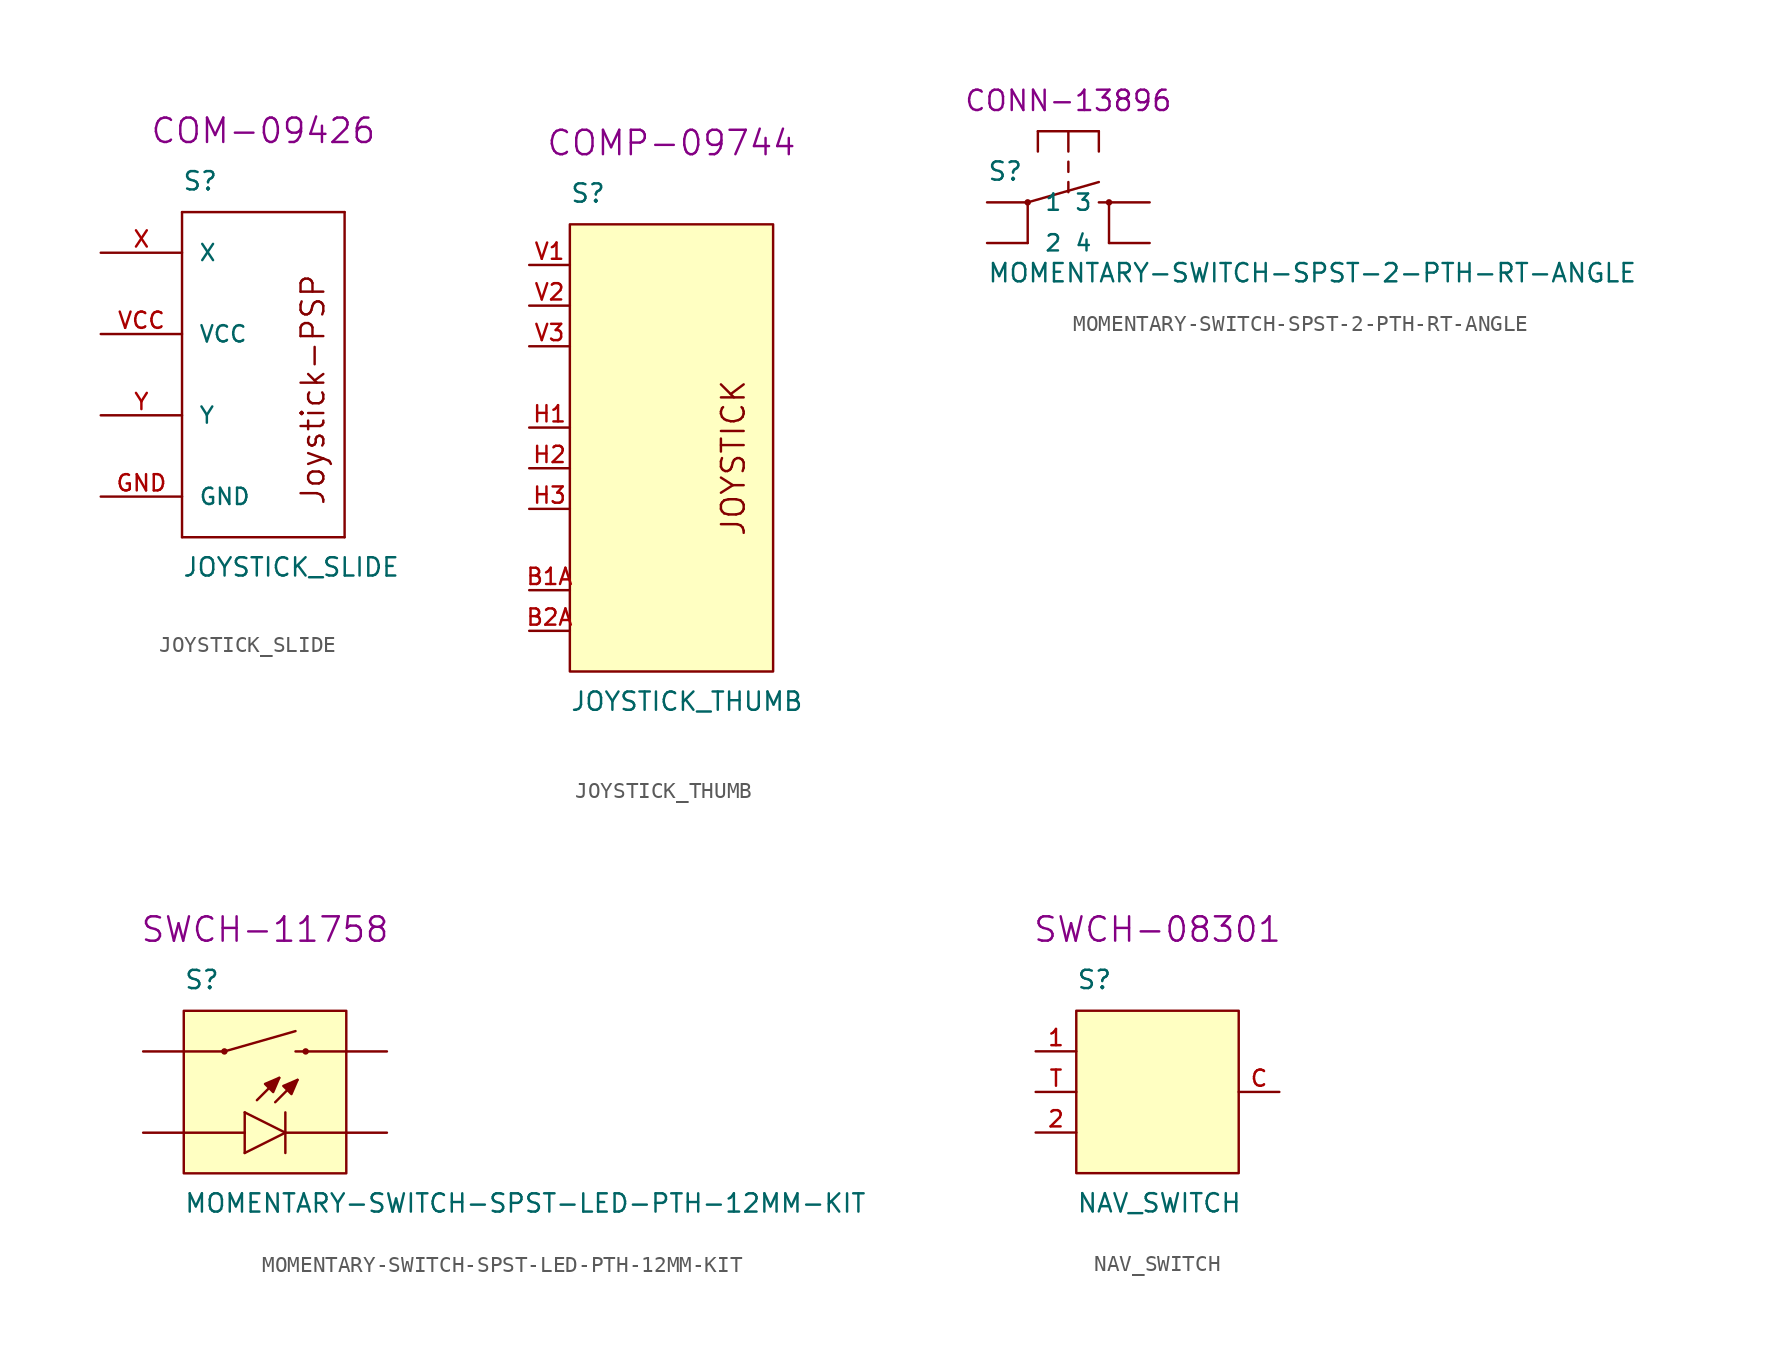
<source format=kicad_sym>
(kicad_symbol_lib
  (version 20211014)
  (generator kicad_symbol_editor)
  (symbol "JOYSTICK_SLIDE"
    (pin_names
      (offset 1.016))
    (property "Reference" "S"
      (at -5.08 13.97 0)
      (effects (font (size 1.143 1.143)) (justify left bottom)))
    (property "Value" "JOYSTICK_SLIDE"
      (at -5.08 -10.16 0)
      (effects (font (size 1.143 1.143)) (justify left bottom)))
    (property "Field4" "COM-09426"
      (at 0 17.78 0)
      (effects (font (size 1.524 1.524))))
    (property "ki_locked" ""
      (at 0 0 0)
      (effects (font (size 1.27 1.27))))
    (symbol "JOYSTICK_SLIDE_1_0"
      (polyline (pts (xy -5.08 -7.62) (xy 5.08 -7.62)) (stroke (width 0) (type default) (color 0 0 0 0)) (fill (type none)))
      (polyline (pts (xy -5.08 12.7) (xy -5.08 -7.62)) (stroke (width 0) (type default) (color 0 0 0 0)) (fill (type none)))
      (polyline (pts (xy 5.08 12.7) (xy -5.08 12.7)) (stroke (width 0) (type default) (color 0 0 0 0)) (fill (type none)))
      (polyline (pts (xy 5.08 12.7) (xy 5.08 -7.62)) (stroke (width 0) (type default) (color 0 0 0 0)) (fill (type none)))
      (text "Joystick-PSP" (at 3.099 1.6 900) (effects (font (size 1.422 1.422)))))
    (symbol "JOYSTICK_SLIDE_1_1"
      (pin bidirectional line (at -10.16 -5.08 0) (length 5.08) (name "GND" (effects (font (size 1.016 1.016)))) (number "GND" (effects (font (size 1.016 1.016)))))
      (pin bidirectional line (at -10.16 5.08 0) (length 5.08) (name "VCC" (effects (font (size 1.016 1.016)))) (number "VCC" (effects (font (size 1.016 1.016)))))
      (pin bidirectional line (at -10.16 10.16 0) (length 5.08) (name "X" (effects (font (size 1.016 1.016)))) (number "X" (effects (font (size 1.016 1.016)))))
      (pin bidirectional line (at -10.16 0 0) (length 5.08) (name "Y" (effects (font (size 1.016 1.016)))) (number "Y" (effects (font (size 1.016 1.016)))))))
  (symbol "JOYSTICK_THUMB"
    (pin_names
      (offset 1.016) hide)
    (property "Reference" "S"
      (at -6.35 13.97 0)
      (effects (font (size 1.143 1.143)) (justify left bottom)))
    (property "Value" "JOYSTICK_THUMB"
      (at -6.35 -17.78 0)
      (effects (font (size 1.143 1.143)) (justify left bottom)))
    (property "Field4" "COMP-09744"
      (at 0 17.78 0)
      (effects (font (size 1.524 1.524))))
    (property "ki_locked" ""
      (at 0 0 0)
      (effects (font (size 1.27 1.27))))
    (symbol "JOYSTICK_THUMB_1_0"
      (text "JOYSTICK" (at 3.861 -1.905 900) (effects (font (size 1.422 1.422)))))
    (symbol "JOYSTICK_THUMB_1_1"
      (polyline (pts (xy -6.35 12.7) (xy 6.35 12.7) (xy 6.35 -15.24) (xy -6.35 -15.24) (xy -6.35 12.7)) (stroke (width 0) (type default) (color 0 0 0 0)) (fill (type background)))
      (pin bidirectional line (at -8.89 -10.16 0) (length 2.54) (name "SEL+" (effects (font (size 1.016 1.016)))) (number "B1A" (effects (font (size 1.016 1.016)))))
      (pin bidirectional line (at -8.89 -12.7 0) (length 2.54) (name "SEL-" (effects (font (size 1.016 1.016)))) (number "B2A" (effects (font (size 1.016 1.016)))))
      (pin bidirectional line (at -8.89 0 0) (length 2.54) (name "H+" (effects (font (size 1.016 1.016)))) (number "H1" (effects (font (size 1.016 1.016)))))
      (pin bidirectional line (at -8.89 -2.54 0) (length 2.54) (name "H" (effects (font (size 1.016 1.016)))) (number "H2" (effects (font (size 1.016 1.016)))))
      (pin bidirectional line (at -8.89 -5.08 0) (length 2.54) (name "H-" (effects (font (size 1.016 1.016)))) (number "H3" (effects (font (size 1.016 1.016)))))
      (pin bidirectional line (at -8.89 10.16 0) (length 2.54) (name "V+" (effects (font (size 1.016 1.016)))) (number "V1" (effects (font (size 1.016 1.016)))))
      (pin bidirectional line (at -8.89 7.62 0) (length 2.54) (name "V" (effects (font (size 1.016 1.016)))) (number "V2" (effects (font (size 1.016 1.016)))))
      (pin bidirectional line (at -8.89 5.08 0) (length 2.54) (name "V-" (effects (font (size 1.016 1.016)))) (number "V3" (effects (font (size 1.016 1.016)))))))
  (symbol "MOMENTARY-SWITCH-SPST-2-PTH-RT-ANGLE"
    (pin_numbers hide)
    (pin_names
      (offset 1.016))
    (property "Reference" "S"
      (at -5.08 1.27 0)
      (effects (font (size 1.143 1.143)) (justify left bottom)))
    (property "Value" "MOMENTARY-SWITCH-SPST-2-PTH-RT-ANGLE"
      (at -5.08 -5.08 0)
      (effects (font (size 1.143 1.143)) (justify left bottom)))
    (property "Field4" "CONN-13896"
      (at 0 6.35 0)
      (effects (font (size 1.27 1.27))))
    (symbol "MOMENTARY-SWITCH-SPST-2-PTH-RT-ANGLE_1_0"
      (polyline (pts (xy -2.54 -2.54) (xy -2.54 0)) (stroke (width 0) (type default) (color 0 0 0 0)) (fill (type none)))
      (polyline (pts (xy -2.54 0) (xy 1.905 1.27)) (stroke (width 0) (type default) (color 0 0 0 0)) (fill (type none)))
      (polyline (pts (xy -1.905 4.445) (xy -1.905 3.175)) (stroke (width 0) (type default) (color 0 0 0 0)) (fill (type none)))
      (polyline (pts (xy 0 1.27) (xy 0 0.635)) (stroke (width 0) (type default) (color 0 0 0 0)) (fill (type none)))
      (polyline (pts (xy 0 2.54) (xy 0 1.905)) (stroke (width 0) (type default) (color 0 0 0 0)) (fill (type none)))
      (polyline (pts (xy 0 4.445) (xy -1.905 4.445)) (stroke (width 0) (type default) (color 0 0 0 0)) (fill (type none)))
      (polyline (pts (xy 0 4.445) (xy 0 3.175)) (stroke (width 0) (type default) (color 0 0 0 0)) (fill (type none)))
      (polyline (pts (xy 1.905 0) (xy 2.54 0)) (stroke (width 0) (type default) (color 0 0 0 0)) (fill (type none)))
      (polyline (pts (xy 1.905 4.445) (xy 0 4.445)) (stroke (width 0) (type default) (color 0 0 0 0)) (fill (type none)))
      (polyline (pts (xy 1.905 4.445) (xy 1.905 3.175)) (stroke (width 0) (type default) (color 0 0 0 0)) (fill (type none)))
      (polyline (pts (xy 2.54 -2.54) (xy 2.54 0)) (stroke (width 0) (type default) (color 0 0 0 0)) (fill (type none))))
    (symbol "MOMENTARY-SWITCH-SPST-2-PTH-RT-ANGLE_1_1"
      (circle (center -2.54 0) (radius 0.127) (stroke (width 0) (type default) (color 0 0 0 0)) (fill (type outline)))
      (circle (center 2.54 0) (radius 0.127) (stroke (width 0) (type default) (color 0 0 0 0)) (fill (type outline)))
      (pin passive line (at -5.08 0 0) (length 2.54) (name "1" (effects (font (size 1.016 1.016)))) (number "1" (effects (font (size 1.016 1.016)))))
      (pin passive line (at -5.08 -2.54 0) (length 2.54) (name "2" (effects (font (size 1.016 1.016)))) (number "2" (effects (font (size 1.016 1.016)))))
      (pin passive line (at 5.08 0 180) (length 2.54) (name "3" (effects (font (size 1.016 1.016)))) (number "3" (effects (font (size 1.016 1.016)))))
      (pin passive line (at 5.08 -2.54 180) (length 2.54) (name "4" (effects (font (size 1.016 1.016)))) (number "4" (effects (font (size 1.016 1.016)))))))
  (symbol "MOMENTARY-SWITCH-SPST-LED-PTH-12MM-KIT"
    (pin_numbers hide)
    (pin_names
      (offset 1.016) hide)
    (property "Reference" "S"
      (at -5.08 6.35 0)
      (effects (font (size 1.143 1.143)) (justify left bottom)))
    (property "Value" "MOMENTARY-SWITCH-SPST-LED-PTH-12MM-KIT"
      (at -5.08 -7.62 0)
      (effects (font (size 1.143 1.143)) (justify left bottom)))
    (property "Field4" "SWCH-11758"
      (at 0 10.16 0)
      (effects (font (size 1.524 1.524))))
    (property "ki_locked" ""
      (at 0 0 0)
      (effects (font (size 1.27 1.27))))
    (symbol "MOMENTARY-SWITCH-SPST-LED-PTH-12MM-KIT_1_0"
      (polyline (pts (xy -5.08 -2.54) (xy -1.27 -2.54)) (stroke (width 0) (type default) (color 0 0 0 0)) (fill (type none)))
      (polyline (pts (xy -5.08 2.54) (xy -2.54 2.54)) (stroke (width 0) (type default) (color 0 0 0 0)) (fill (type none)))
      (polyline (pts (xy -2.54 2.54) (xy 1.905 3.81)) (stroke (width 0) (type default) (color 0 0 0 0)) (fill (type none)))
      (polyline (pts (xy -1.27 -3.81) (xy -1.27 -2.54)) (stroke (width 0) (type default) (color 0 0 0 0)) (fill (type none)))
      (polyline (pts (xy -1.27 -3.81) (xy 1.27 -2.54)) (stroke (width 0) (type default) (color 0 0 0 0)) (fill (type none)))
      (polyline (pts (xy -1.27 -2.54) (xy -1.27 -1.27)) (stroke (width 0) (type default) (color 0 0 0 0)) (fill (type none)))
      (polyline (pts (xy -0.508 -0.508) (xy 0.889 0.889)) (stroke (width 0) (type default) (color 0 0 0 0)) (fill (type none)))
      (polyline (pts (xy 0.635 -0.635) (xy 2.032 0.762)) (stroke (width 0) (type default) (color 0 0 0 0)) (fill (type none)))
      (polyline (pts (xy 1.27 -3.81) (xy 1.27 -2.54)) (stroke (width 0) (type default) (color 0 0 0 0)) (fill (type none)))
      (polyline (pts (xy 1.27 -2.54) (xy -1.27 -1.27)) (stroke (width 0) (type default) (color 0 0 0 0)) (fill (type none)))
      (polyline (pts (xy 1.27 -2.54) (xy 1.27 -1.27)) (stroke (width 0) (type default) (color 0 0 0 0)) (fill (type none)))
      (polyline (pts (xy 1.27 -2.54) (xy 5.08 -2.54)) (stroke (width 0) (type default) (color 0 0 0 0)) (fill (type none)))
      (polyline (pts (xy 1.905 2.54) (xy 5.08 2.54)) (stroke (width 0) (type default) (color 0 0 0 0)) (fill (type none))))
    (symbol "MOMENTARY-SWITCH-SPST-LED-PTH-12MM-KIT_1_1"
      (circle (center -2.54 2.54) (radius 0.127) (stroke (width 0) (type default) (color 0 0 0 0)) (fill (type outline)))
      (polyline (pts (xy 0.889 0.889) (xy 0 0.508) (xy 0 0.508) (xy 0.508 0) (xy 0.508 0) (xy 0.889 0.889)) (stroke (width 0) (type default) (color 0 0 0 0)) (fill (type outline)))
      (polyline (pts (xy 2.032 0.762) (xy 1.143 0.381) (xy 1.143 0.381) (xy 1.651 -0.127) (xy 1.651 -0.127) (xy 2.032 0.762)) (stroke (width 0) (type default) (color 0 0 0 0)) (fill (type outline)))
      (polyline (pts (xy -5.08 5.08) (xy -5.08 2.54) (xy -5.08 -2.54) (xy -5.08 -5.08) (xy 5.08 -5.08) (xy 5.08 -2.54) (xy 5.08 2.54) (xy 5.08 5.08) (xy -5.08 5.08)) (stroke (width 0) (type default) (color 0 0 0 0)) (fill (type background)))
      (circle (center 2.54 2.54) (radius 0.127) (stroke (width 0) (type default) (color 0 0 0 0)) (fill (type outline)))
      (pin passive line (at 7.62 2.54 180) (length 2.54) (name "2" (effects (font (size 1.016 1.016)))) (number "2" (effects (font (size 1.016 1.016)))))
      (pin passive line (at -7.62 2.54 0) (length 2.54) (name "1" (effects (font (size 1.016 1.016)))) (number "4" (effects (font (size 1.016 1.016)))))
      (pin passive line (at -7.62 -2.54 0) (length 2.54) (name "A" (effects (font (size 1.016 1.016)))) (number "A" (effects (font (size 1.016 1.016)))))
      (pin passive line (at 7.62 -2.54 180) (length 2.54) (name "C" (effects (font (size 1.016 1.016)))) (number "C" (effects (font (size 1.016 1.016)))))))
  (symbol "NAV_SWITCH"
    (pin_names
      (offset 1.016) hide)
    (property "Reference" "S"
      (at -5.08 6.35 0)
      (effects (font (size 1.143 1.143)) (justify left bottom)))
    (property "Value" "NAV_SWITCH"
      (at -5.08 -7.62 0)
      (effects (font (size 1.143 1.143)) (justify left bottom)))
    (property "Field4" "SWCH-08301"
      (at 0 10.16 0)
      (effects (font (size 1.524 1.524))))
    (property "ki_locked" ""
      (at 0 0 0)
      (effects (font (size 1.27 1.27))))
    (symbol "NAV_SWITCH_1_1"
      (polyline (pts (xy -5.08 5.08) (xy 5.08 5.08) (xy 5.08 -5.08) (xy -5.08 -5.08) (xy -5.08 5.08)) (stroke (width 0) (type default) (color 0 0 0 0)) (fill (type background)))
      (pin input line (at -7.62 2.54 0) (length 2.54) (name "1" (effects (font (size 1.016 1.016)))) (number "1" (effects (font (size 1.016 1.016)))))
      (pin input line (at -7.62 -2.54 0) (length 2.54) (name "2" (effects (font (size 1.016 1.016)))) (number "2" (effects (font (size 1.016 1.016)))))
      (pin power_in line (at 7.62 0 180) (length 2.54) (name "C" (effects (font (size 1.016 1.016)))) (number "C" (effects (font (size 1.016 1.016)))))
      (pin input line (at -7.62 0 0) (length 2.54) (name "T" (effects (font (size 1.016 1.016)))) (number "T" (effects (font (size 1.016 1.016))))))))
</source>
